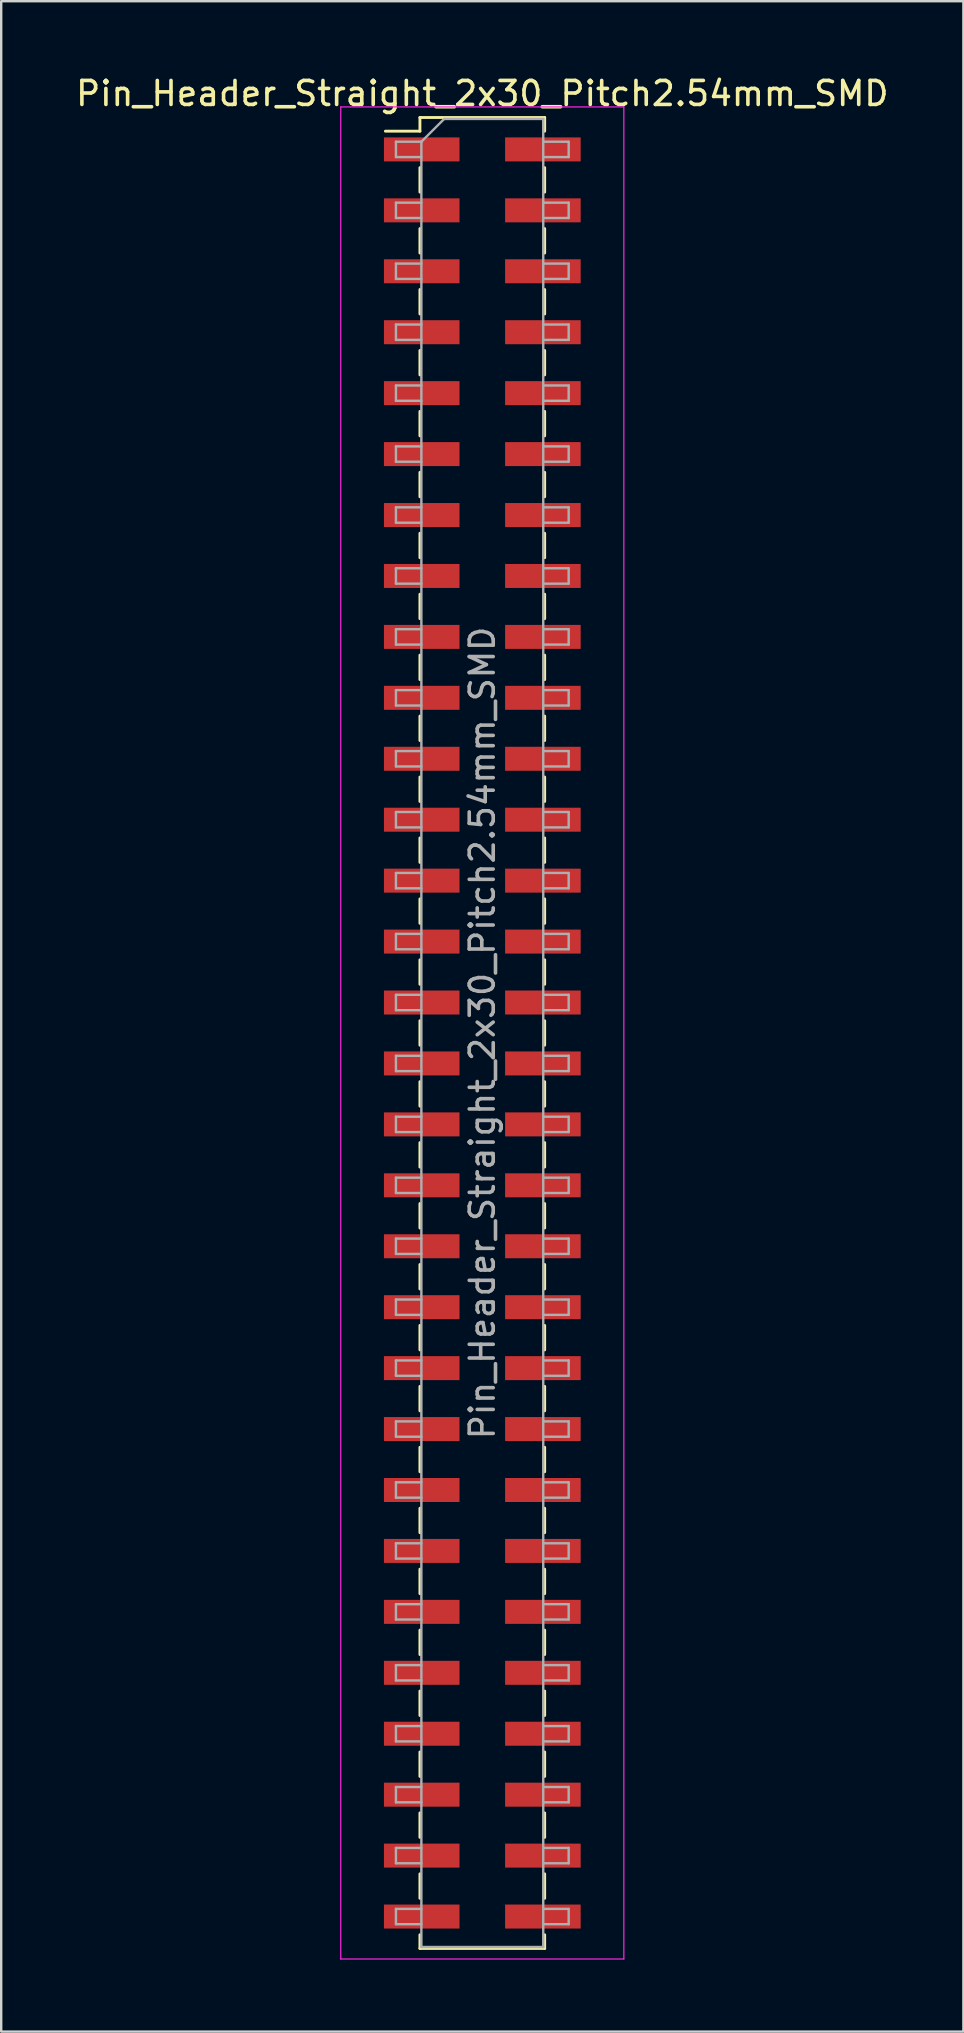
<source format=kicad_pcb>
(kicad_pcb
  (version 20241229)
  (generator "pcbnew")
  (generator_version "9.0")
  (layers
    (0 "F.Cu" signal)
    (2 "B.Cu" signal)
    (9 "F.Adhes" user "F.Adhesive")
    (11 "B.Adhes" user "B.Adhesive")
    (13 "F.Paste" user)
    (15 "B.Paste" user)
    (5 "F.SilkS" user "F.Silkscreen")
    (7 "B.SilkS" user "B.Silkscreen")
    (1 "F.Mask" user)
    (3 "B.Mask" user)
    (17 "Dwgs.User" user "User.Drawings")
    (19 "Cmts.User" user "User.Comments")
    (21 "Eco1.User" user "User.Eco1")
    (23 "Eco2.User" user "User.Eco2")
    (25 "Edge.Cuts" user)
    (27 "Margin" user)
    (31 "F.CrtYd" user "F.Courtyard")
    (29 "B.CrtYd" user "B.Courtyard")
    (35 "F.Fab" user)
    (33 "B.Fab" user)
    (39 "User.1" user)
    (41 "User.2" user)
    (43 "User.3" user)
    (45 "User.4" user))
  (footprint "Pin_Header_Straight_2x30_Pitch2.54mm_SMD"
    (layer "F.Cu")
    (at 17.054 40.008)
    (property "Reference" "Pin_Header_Straight_2x30_Pitch2.54mm_SMD" (at 0 -39.16 0) (layer "F.SilkS") (effects (font (size 1 1) (thickness 0.15))))
    (attr smd)
    (fp_line (start -4.04 -37.59) (end -2.6 -37.59) (stroke (width 0.12) (type solid)) (layer "F.SilkS"))
    (fp_line (start -2.6 -38.16) (end -2.6 -37.59) (stroke (width 0.12) (type solid)) (layer "F.SilkS"))
    (fp_line (start -2.6 -38.16) (end 2.6 -38.16) (stroke (width 0.12) (type solid)) (layer "F.SilkS"))
    (fp_line (start -2.6 -36.07) (end -2.6 -35.05) (stroke (width 0.12) (type solid)) (layer "F.SilkS"))
    (fp_line (start -2.6 -33.53) (end -2.6 -32.51) (stroke (width 0.12) (type solid)) (layer "F.SilkS"))
    (fp_line (start -2.6 -30.99) (end -2.6 -29.97) (stroke (width 0.12) (type solid)) (layer "F.SilkS"))
    (fp_line (start -2.6 -28.45) (end -2.6 -27.43) (stroke (width 0.12) (type solid)) (layer "F.SilkS"))
    (fp_line (start -2.6 -25.91) (end -2.6 -24.89) (stroke (width 0.12) (type solid)) (layer "F.SilkS"))
    (fp_line (start -2.6 -23.37) (end -2.6 -22.35) (stroke (width 0.12) (type solid)) (layer "F.SilkS"))
    (fp_line (start -2.6 -20.83) (end -2.6 -19.81) (stroke (width 0.12) (type solid)) (layer "F.SilkS"))
    (fp_line (start -2.6 -18.29) (end -2.6 -17.27) (stroke (width 0.12) (type solid)) (layer "F.SilkS"))
    (fp_line (start -2.6 -15.75) (end -2.6 -14.73) (stroke (width 0.12) (type solid)) (layer "F.SilkS"))
    (fp_line (start -2.6 -13.21) (end -2.6 -12.19) (stroke (width 0.12) (type solid)) (layer "F.SilkS"))
    (fp_line (start -2.6 -10.67) (end -2.6 -9.65) (stroke (width 0.12) (type solid)) (layer "F.SilkS"))
    (fp_line (start -2.6 -8.13) (end -2.6 -7.11) (stroke (width 0.12) (type solid)) (layer "F.SilkS"))
    (fp_line (start -2.6 -5.59) (end -2.6 -4.57) (stroke (width 0.12) (type solid)) (layer "F.SilkS"))
    (fp_line (start -2.6 -3.05) (end -2.6 -2.03) (stroke (width 0.12) (type solid)) (layer "F.SilkS"))
    (fp_line (start -2.6 -0.51) (end -2.6 0.51) (stroke (width 0.12) (type solid)) (layer "F.SilkS"))
    (fp_line (start -2.6 2.03) (end -2.6 3.05) (stroke (width 0.12) (type solid)) (layer "F.SilkS"))
    (fp_line (start -2.6 4.57) (end -2.6 5.59) (stroke (width 0.12) (type solid)) (layer "F.SilkS"))
    (fp_line (start -2.6 7.11) (end -2.6 8.13) (stroke (width 0.12) (type solid)) (layer "F.SilkS"))
    (fp_line (start -2.6 9.65) (end -2.6 10.67) (stroke (width 0.12) (type solid)) (layer "F.SilkS"))
    (fp_line (start -2.6 12.19) (end -2.6 13.21) (stroke (width 0.12) (type solid)) (layer "F.SilkS"))
    (fp_line (start -2.6 14.73) (end -2.6 15.75) (stroke (width 0.12) (type solid)) (layer "F.SilkS"))
    (fp_line (start -2.6 17.27) (end -2.6 18.29) (stroke (width 0.12) (type solid)) (layer "F.SilkS"))
    (fp_line (start -2.6 19.81) (end -2.6 20.83) (stroke (width 0.12) (type solid)) (layer "F.SilkS"))
    (fp_line (start -2.6 22.35) (end -2.6 23.37) (stroke (width 0.12) (type solid)) (layer "F.SilkS"))
    (fp_line (start -2.6 24.89) (end -2.6 25.91) (stroke (width 0.12) (type solid)) (layer "F.SilkS"))
    (fp_line (start -2.6 27.43) (end -2.6 28.45) (stroke (width 0.12) (type solid)) (layer "F.SilkS"))
    (fp_line (start -2.6 29.97) (end -2.6 30.99) (stroke (width 0.12) (type solid)) (layer "F.SilkS"))
    (fp_line (start -2.6 32.51) (end -2.6 33.53) (stroke (width 0.12) (type solid)) (layer "F.SilkS"))
    (fp_line (start -2.6 35.05) (end -2.6 36.07) (stroke (width 0.12) (type solid)) (layer "F.SilkS"))
    (fp_line (start -2.6 37.59) (end -2.6 38.16) (stroke (width 0.12) (type solid)) (layer "F.SilkS"))
    (fp_line (start -2.6 38.16) (end 2.6 38.16) (stroke (width 0.12) (type solid)) (layer "F.SilkS"))
    (fp_line (start 2.6 -38.16) (end 2.6 -37.59) (stroke (width 0.12) (type solid)) (layer "F.SilkS"))
    (fp_line (start 2.6 -36.07) (end 2.6 -35.05) (stroke (width 0.12) (type solid)) (layer "F.SilkS"))
    (fp_line (start 2.6 -33.53) (end 2.6 -32.51) (stroke (width 0.12) (type solid)) (layer "F.SilkS"))
    (fp_line (start 2.6 -30.99) (end 2.6 -29.97) (stroke (width 0.12) (type solid)) (layer "F.SilkS"))
    (fp_line (start 2.6 -28.45) (end 2.6 -27.43) (stroke (width 0.12) (type solid)) (layer "F.SilkS"))
    (fp_line (start 2.6 -25.91) (end 2.6 -24.89) (stroke (width 0.12) (type solid)) (layer "F.SilkS"))
    (fp_line (start 2.6 -23.37) (end 2.6 -22.35) (stroke (width 0.12) (type solid)) (layer "F.SilkS"))
    (fp_line (start 2.6 -20.83) (end 2.6 -19.81) (stroke (width 0.12) (type solid)) (layer "F.SilkS"))
    (fp_line (start 2.6 -18.29) (end 2.6 -17.27) (stroke (width 0.12) (type solid)) (layer "F.SilkS"))
    (fp_line (start 2.6 -15.75) (end 2.6 -14.73) (stroke (width 0.12) (type solid)) (layer "F.SilkS"))
    (fp_line (start 2.6 -13.21) (end 2.6 -12.19) (stroke (width 0.12) (type solid)) (layer "F.SilkS"))
    (fp_line (start 2.6 -10.67) (end 2.6 -9.65) (stroke (width 0.12) (type solid)) (layer "F.SilkS"))
    (fp_line (start 2.6 -8.13) (end 2.6 -7.11) (stroke (width 0.12) (type solid)) (layer "F.SilkS"))
    (fp_line (start 2.6 -5.59) (end 2.6 -4.57) (stroke (width 0.12) (type solid)) (layer "F.SilkS"))
    (fp_line (start 2.6 -3.05) (end 2.6 -2.03) (stroke (width 0.12) (type solid)) (layer "F.SilkS"))
    (fp_line (start 2.6 -0.51) (end 2.6 0.51) (stroke (width 0.12) (type solid)) (layer "F.SilkS"))
    (fp_line (start 2.6 2.03) (end 2.6 3.05) (stroke (width 0.12) (type solid)) (layer "F.SilkS"))
    (fp_line (start 2.6 4.57) (end 2.6 5.59) (stroke (width 0.12) (type solid)) (layer "F.SilkS"))
    (fp_line (start 2.6 7.11) (end 2.6 8.13) (stroke (width 0.12) (type solid)) (layer "F.SilkS"))
    (fp_line (start 2.6 9.65) (end 2.6 10.67) (stroke (width 0.12) (type solid)) (layer "F.SilkS"))
    (fp_line (start 2.6 12.19) (end 2.6 13.21) (stroke (width 0.12) (type solid)) (layer "F.SilkS"))
    (fp_line (start 2.6 14.73) (end 2.6 15.75) (stroke (width 0.12) (type solid)) (layer "F.SilkS"))
    (fp_line (start 2.6 17.27) (end 2.6 18.29) (stroke (width 0.12) (type solid)) (layer "F.SilkS"))
    (fp_line (start 2.6 19.81) (end 2.6 20.83) (stroke (width 0.12) (type solid)) (layer "F.SilkS"))
    (fp_line (start 2.6 22.35) (end 2.6 23.37) (stroke (width 0.12) (type solid)) (layer "F.SilkS"))
    (fp_line (start 2.6 24.89) (end 2.6 25.91) (stroke (width 0.12) (type solid)) (layer "F.SilkS"))
    (fp_line (start 2.6 27.43) (end 2.6 28.45) (stroke (width 0.12) (type solid)) (layer "F.SilkS"))
    (fp_line (start 2.6 29.97) (end 2.6 30.99) (stroke (width 0.12) (type solid)) (layer "F.SilkS"))
    (fp_line (start 2.6 32.51) (end 2.6 33.53) (stroke (width 0.12) (type solid)) (layer "F.SilkS"))
    (fp_line (start 2.6 35.05) (end 2.6 36.07) (stroke (width 0.12) (type solid)) (layer "F.SilkS"))
    (fp_line (start 2.6 37.59) (end 2.6 38.16) (stroke (width 0.12) (type solid)) (layer "F.SilkS"))
    (fp_line (start -5.9 -38.6) (end -5.9 38.6) (stroke (width 0.05) (type solid)) (layer "F.CrtYd"))
    (fp_line (start -5.9 38.6) (end 5.9 38.6) (stroke (width 0.05) (type solid)) (layer "F.CrtYd"))
    (fp_line (start 5.9 -38.6) (end -5.9 -38.6) (stroke (width 0.05) (type solid)) (layer "F.CrtYd"))
    (fp_line (start 5.9 38.6) (end 5.9 -38.6) (stroke (width 0.05) (type solid)) (layer "F.CrtYd"))
    (fp_line (start -3.6 -37.15) (end -3.6 -36.51) (stroke (width 0.1) (type solid)) (layer "F.Fab"))
    (fp_line (start -3.6 -36.51) (end -2.54 -36.51) (stroke (width 0.1) (type solid)) (layer "F.Fab"))
    (fp_line (start -3.6 -34.61) (end -3.6 -33.97) (stroke (width 0.1) (type solid)) (layer "F.Fab"))
    (fp_line (start -3.6 -33.97) (end -2.54 -33.97) (stroke (width 0.1) (type solid)) (layer "F.Fab"))
    (fp_line (start -3.6 -32.07) (end -3.6 -31.43) (stroke (width 0.1) (type solid)) (layer "F.Fab"))
    (fp_line (start -3.6 -31.43) (end -2.54 -31.43) (stroke (width 0.1) (type solid)) (layer "F.Fab"))
    (fp_line (start -3.6 -29.53) (end -3.6 -28.89) (stroke (width 0.1) (type solid)) (layer "F.Fab"))
    (fp_line (start -3.6 -28.89) (end -2.54 -28.89) (stroke (width 0.1) (type solid)) (layer "F.Fab"))
    (fp_line (start -3.6 -26.99) (end -3.6 -26.35) (stroke (width 0.1) (type solid)) (layer "F.Fab"))
    (fp_line (start -3.6 -26.35) (end -2.54 -26.35) (stroke (width 0.1) (type solid)) (layer "F.Fab"))
    (fp_line (start -3.6 -24.45) (end -3.6 -23.81) (stroke (width 0.1) (type solid)) (layer "F.Fab"))
    (fp_line (start -3.6 -23.81) (end -2.54 -23.81) (stroke (width 0.1) (type solid)) (layer "F.Fab"))
    (fp_line (start -3.6 -21.91) (end -3.6 -21.27) (stroke (width 0.1) (type solid)) (layer "F.Fab"))
    (fp_line (start -3.6 -21.27) (end -2.54 -21.27) (stroke (width 0.1) (type solid)) (layer "F.Fab"))
    (fp_line (start -3.6 -19.37) (end -3.6 -18.73) (stroke (width 0.1) (type solid)) (layer "F.Fab"))
    (fp_line (start -3.6 -18.73) (end -2.54 -18.73) (stroke (width 0.1) (type solid)) (layer "F.Fab"))
    (fp_line (start -3.6 -16.83) (end -3.6 -16.19) (stroke (width 0.1) (type solid)) (layer "F.Fab"))
    (fp_line (start -3.6 -16.19) (end -2.54 -16.19) (stroke (width 0.1) (type solid)) (layer "F.Fab"))
    (fp_line (start -3.6 -14.29) (end -3.6 -13.65) (stroke (width 0.1) (type solid)) (layer "F.Fab"))
    (fp_line (start -3.6 -13.65) (end -2.54 -13.65) (stroke (width 0.1) (type solid)) (layer "F.Fab"))
    (fp_line (start -3.6 -11.75) (end -3.6 -11.11) (stroke (width 0.1) (type solid)) (layer "F.Fab"))
    (fp_line (start -3.6 -11.11) (end -2.54 -11.11) (stroke (width 0.1) (type solid)) (layer "F.Fab"))
    (fp_line (start -3.6 -9.21) (end -3.6 -8.57) (stroke (width 0.1) (type solid)) (layer "F.Fab"))
    (fp_line (start -3.6 -8.57) (end -2.54 -8.57) (stroke (width 0.1) (type solid)) (layer "F.Fab"))
    (fp_line (start -3.6 -6.67) (end -3.6 -6.03) (stroke (width 0.1) (type solid)) (layer "F.Fab"))
    (fp_line (start -3.6 -6.03) (end -2.54 -6.03) (stroke (width 0.1) (type solid)) (layer "F.Fab"))
    (fp_line (start -3.6 -4.13) (end -3.6 -3.49) (stroke (width 0.1) (type solid)) (layer "F.Fab"))
    (fp_line (start -3.6 -3.49) (end -2.54 -3.49) (stroke (width 0.1) (type solid)) (layer "F.Fab"))
    (fp_line (start -3.6 -1.59) (end -3.6 -0.95) (stroke (width 0.1) (type solid)) (layer "F.Fab"))
    (fp_line (start -3.6 -0.95) (end -2.54 -0.95) (stroke (width 0.1) (type solid)) (layer "F.Fab"))
    (fp_line (start -3.6 0.95) (end -3.6 1.59) (stroke (width 0.1) (type solid)) (layer "F.Fab"))
    (fp_line (start -3.6 1.59) (end -2.54 1.59) (stroke (width 0.1) (type solid)) (layer "F.Fab"))
    (fp_line (start -3.6 3.49) (end -3.6 4.13) (stroke (width 0.1) (type solid)) (layer "F.Fab"))
    (fp_line (start -3.6 4.13) (end -2.54 4.13) (stroke (width 0.1) (type solid)) (layer "F.Fab"))
    (fp_line (start -3.6 6.03) (end -3.6 6.67) (stroke (width 0.1) (type solid)) (layer "F.Fab"))
    (fp_line (start -3.6 6.67) (end -2.54 6.67) (stroke (width 0.1) (type solid)) (layer "F.Fab"))
    (fp_line (start -3.6 8.57) (end -3.6 9.21) (stroke (width 0.1) (type solid)) (layer "F.Fab"))
    (fp_line (start -3.6 9.21) (end -2.54 9.21) (stroke (width 0.1) (type solid)) (layer "F.Fab"))
    (fp_line (start -3.6 11.11) (end -3.6 11.75) (stroke (width 0.1) (type solid)) (layer "F.Fab"))
    (fp_line (start -3.6 11.75) (end -2.54 11.75) (stroke (width 0.1) (type solid)) (layer "F.Fab"))
    (fp_line (start -3.6 13.65) (end -3.6 14.29) (stroke (width 0.1) (type solid)) (layer "F.Fab"))
    (fp_line (start -3.6 14.29) (end -2.54 14.29) (stroke (width 0.1) (type solid)) (layer "F.Fab"))
    (fp_line (start -3.6 16.19) (end -3.6 16.83) (stroke (width 0.1) (type solid)) (layer "F.Fab"))
    (fp_line (start -3.6 16.83) (end -2.54 16.83) (stroke (width 0.1) (type solid)) (layer "F.Fab"))
    (fp_line (start -3.6 18.73) (end -3.6 19.37) (stroke (width 0.1) (type solid)) (layer "F.Fab"))
    (fp_line (start -3.6 19.37) (end -2.54 19.37) (stroke (width 0.1) (type solid)) (layer "F.Fab"))
    (fp_line (start -3.6 21.27) (end -3.6 21.91) (stroke (width 0.1) (type solid)) (layer "F.Fab"))
    (fp_line (start -3.6 21.91) (end -2.54 21.91) (stroke (width 0.1) (type solid)) (layer "F.Fab"))
    (fp_line (start -3.6 23.81) (end -3.6 24.45) (stroke (width 0.1) (type solid)) (layer "F.Fab"))
    (fp_line (start -3.6 24.45) (end -2.54 24.45) (stroke (width 0.1) (type solid)) (layer "F.Fab"))
    (fp_line (start -3.6 26.35) (end -3.6 26.99) (stroke (width 0.1) (type solid)) (layer "F.Fab"))
    (fp_line (start -3.6 26.99) (end -2.54 26.99) (stroke (width 0.1) (type solid)) (layer "F.Fab"))
    (fp_line (start -3.6 28.89) (end -3.6 29.53) (stroke (width 0.1) (type solid)) (layer "F.Fab"))
    (fp_line (start -3.6 29.53) (end -2.54 29.53) (stroke (width 0.1) (type solid)) (layer "F.Fab"))
    (fp_line (start -3.6 31.43) (end -3.6 32.07) (stroke (width 0.1) (type solid)) (layer "F.Fab"))
    (fp_line (start -3.6 32.07) (end -2.54 32.07) (stroke (width 0.1) (type solid)) (layer "F.Fab"))
    (fp_line (start -3.6 33.97) (end -3.6 34.61) (stroke (width 0.1) (type solid)) (layer "F.Fab"))
    (fp_line (start -3.6 34.61) (end -2.54 34.61) (stroke (width 0.1) (type solid)) (layer "F.Fab"))
    (fp_line (start -3.6 36.51) (end -3.6 37.15) (stroke (width 0.1) (type solid)) (layer "F.Fab"))
    (fp_line (start -3.6 37.15) (end -2.54 37.15) (stroke (width 0.1) (type solid)) (layer "F.Fab"))
    (fp_line (start -2.54 -37.15) (end -3.6 -37.15) (stroke (width 0.1) (type solid)) (layer "F.Fab"))
    (fp_line (start -2.54 -37.15) (end -1.59 -38.1) (stroke (width 0.1) (type solid)) (layer "F.Fab"))
    (fp_line (start -2.54 -34.61) (end -3.6 -34.61) (stroke (width 0.1) (type solid)) (layer "F.Fab"))
    (fp_line (start -2.54 -32.07) (end -3.6 -32.07) (stroke (width 0.1) (type solid)) (layer "F.Fab"))
    (fp_line (start -2.54 -29.53) (end -3.6 -29.53) (stroke (width 0.1) (type solid)) (layer "F.Fab"))
    (fp_line (start -2.54 -26.99) (end -3.6 -26.99) (stroke (width 0.1) (type solid)) (layer "F.Fab"))
    (fp_line (start -2.54 -24.45) (end -3.6 -24.45) (stroke (width 0.1) (type solid)) (layer "F.Fab"))
    (fp_line (start -2.54 -21.91) (end -3.6 -21.91) (stroke (width 0.1) (type solid)) (layer "F.Fab"))
    (fp_line (start -2.54 -19.37) (end -3.6 -19.37) (stroke (width 0.1) (type solid)) (layer "F.Fab"))
    (fp_line (start -2.54 -16.83) (end -3.6 -16.83) (stroke (width 0.1) (type solid)) (layer "F.Fab"))
    (fp_line (start -2.54 -14.29) (end -3.6 -14.29) (stroke (width 0.1) (type solid)) (layer "F.Fab"))
    (fp_line (start -2.54 -11.75) (end -3.6 -11.75) (stroke (width 0.1) (type solid)) (layer "F.Fab"))
    (fp_line (start -2.54 -9.21) (end -3.6 -9.21) (stroke (width 0.1) (type solid)) (layer "F.Fab"))
    (fp_line (start -2.54 -6.67) (end -3.6 -6.67) (stroke (width 0.1) (type solid)) (layer "F.Fab"))
    (fp_line (start -2.54 -4.13) (end -3.6 -4.13) (stroke (width 0.1) (type solid)) (layer "F.Fab"))
    (fp_line (start -2.54 -1.59) (end -3.6 -1.59) (stroke (width 0.1) (type solid)) (layer "F.Fab"))
    (fp_line (start -2.54 0.95) (end -3.6 0.95) (stroke (width 0.1) (type solid)) (layer "F.Fab"))
    (fp_line (start -2.54 3.49) (end -3.6 3.49) (stroke (width 0.1) (type solid)) (layer "F.Fab"))
    (fp_line (start -2.54 6.03) (end -3.6 6.03) (stroke (width 0.1) (type solid)) (layer "F.Fab"))
    (fp_line (start -2.54 8.57) (end -3.6 8.57) (stroke (width 0.1) (type solid)) (layer "F.Fab"))
    (fp_line (start -2.54 11.11) (end -3.6 11.11) (stroke (width 0.1) (type solid)) (layer "F.Fab"))
    (fp_line (start -2.54 13.65) (end -3.6 13.65) (stroke (width 0.1) (type solid)) (layer "F.Fab"))
    (fp_line (start -2.54 16.19) (end -3.6 16.19) (stroke (width 0.1) (type solid)) (layer "F.Fab"))
    (fp_line (start -2.54 18.73) (end -3.6 18.73) (stroke (width 0.1) (type solid)) (layer "F.Fab"))
    (fp_line (start -2.54 21.27) (end -3.6 21.27) (stroke (width 0.1) (type solid)) (layer "F.Fab"))
    (fp_line (start -2.54 23.81) (end -3.6 23.81) (stroke (width 0.1) (type solid)) (layer "F.Fab"))
    (fp_line (start -2.54 26.35) (end -3.6 26.35) (stroke (width 0.1) (type solid)) (layer "F.Fab"))
    (fp_line (start -2.54 28.89) (end -3.6 28.89) (stroke (width 0.1) (type solid)) (layer "F.Fab"))
    (fp_line (start -2.54 31.43) (end -3.6 31.43) (stroke (width 0.1) (type solid)) (layer "F.Fab"))
    (fp_line (start -2.54 33.97) (end -3.6 33.97) (stroke (width 0.1) (type solid)) (layer "F.Fab"))
    (fp_line (start -2.54 36.51) (end -3.6 36.51) (stroke (width 0.1) (type solid)) (layer "F.Fab"))
    (fp_line (start -2.54 38.1) (end -2.54 -37.15) (stroke (width 0.1) (type solid)) (layer "F.Fab"))
    (fp_line (start -1.59 -38.1) (end 2.54 -38.1) (stroke (width 0.1) (type solid)) (layer "F.Fab"))
    (fp_line (start 2.54 -38.1) (end 2.54 38.1) (stroke (width 0.1) (type solid)) (layer "F.Fab"))
    (fp_line (start 2.54 -37.15) (end 3.6 -37.15) (stroke (width 0.1) (type solid)) (layer "F.Fab"))
    (fp_line (start 2.54 -34.61) (end 3.6 -34.61) (stroke (width 0.1) (type solid)) (layer "F.Fab"))
    (fp_line (start 2.54 -32.07) (end 3.6 -32.07) (stroke (width 0.1) (type solid)) (layer "F.Fab"))
    (fp_line (start 2.54 -29.53) (end 3.6 -29.53) (stroke (width 0.1) (type solid)) (layer "F.Fab"))
    (fp_line (start 2.54 -26.99) (end 3.6 -26.99) (stroke (width 0.1) (type solid)) (layer "F.Fab"))
    (fp_line (start 2.54 -24.45) (end 3.6 -24.45) (stroke (width 0.1) (type solid)) (layer "F.Fab"))
    (fp_line (start 2.54 -21.91) (end 3.6 -21.91) (stroke (width 0.1) (type solid)) (layer "F.Fab"))
    (fp_line (start 2.54 -19.37) (end 3.6 -19.37) (stroke (width 0.1) (type solid)) (layer "F.Fab"))
    (fp_line (start 2.54 -16.83) (end 3.6 -16.83) (stroke (width 0.1) (type solid)) (layer "F.Fab"))
    (fp_line (start 2.54 -14.29) (end 3.6 -14.29) (stroke (width 0.1) (type solid)) (layer "F.Fab"))
    (fp_line (start 2.54 -11.75) (end 3.6 -11.75) (stroke (width 0.1) (type solid)) (layer "F.Fab"))
    (fp_line (start 2.54 -9.21) (end 3.6 -9.21) (stroke (width 0.1) (type solid)) (layer "F.Fab"))
    (fp_line (start 2.54 -6.67) (end 3.6 -6.67) (stroke (width 0.1) (type solid)) (layer "F.Fab"))
    (fp_line (start 2.54 -4.13) (end 3.6 -4.13) (stroke (width 0.1) (type solid)) (layer "F.Fab"))
    (fp_line (start 2.54 -1.59) (end 3.6 -1.59) (stroke (width 0.1) (type solid)) (layer "F.Fab"))
    (fp_line (start 2.54 0.95) (end 3.6 0.95) (stroke (width 0.1) (type solid)) (layer "F.Fab"))
    (fp_line (start 2.54 3.49) (end 3.6 3.49) (stroke (width 0.1) (type solid)) (layer "F.Fab"))
    (fp_line (start 2.54 6.03) (end 3.6 6.03) (stroke (width 0.1) (type solid)) (layer "F.Fab"))
    (fp_line (start 2.54 8.57) (end 3.6 8.57) (stroke (width 0.1) (type solid)) (layer "F.Fab"))
    (fp_line (start 2.54 11.11) (end 3.6 11.11) (stroke (width 0.1) (type solid)) (layer "F.Fab"))
    (fp_line (start 2.54 13.65) (end 3.6 13.65) (stroke (width 0.1) (type solid)) (layer "F.Fab"))
    (fp_line (start 2.54 16.19) (end 3.6 16.19) (stroke (width 0.1) (type solid)) (layer "F.Fab"))
    (fp_line (start 2.54 18.73) (end 3.6 18.73) (stroke (width 0.1) (type solid)) (layer "F.Fab"))
    (fp_line (start 2.54 21.27) (end 3.6 21.27) (stroke (width 0.1) (type solid)) (layer "F.Fab"))
    (fp_line (start 2.54 23.81) (end 3.6 23.81) (stroke (width 0.1) (type solid)) (layer "F.Fab"))
    (fp_line (start 2.54 26.35) (end 3.6 26.35) (stroke (width 0.1) (type solid)) (layer "F.Fab"))
    (fp_line (start 2.54 28.89) (end 3.6 28.89) (stroke (width 0.1) (type solid)) (layer "F.Fab"))
    (fp_line (start 2.54 31.43) (end 3.6 31.43) (stroke (width 0.1) (type solid)) (layer "F.Fab"))
    (fp_line (start 2.54 33.97) (end 3.6 33.97) (stroke (width 0.1) (type solid)) (layer "F.Fab"))
    (fp_line (start 2.54 36.51) (end 3.6 36.51) (stroke (width 0.1) (type solid)) (layer "F.Fab"))
    (fp_line (start 2.54 38.1) (end -2.54 38.1) (stroke (width 0.1) (type solid)) (layer "F.Fab"))
    (fp_line (start 3.6 -37.15) (end 3.6 -36.51) (stroke (width 0.1) (type solid)) (layer "F.Fab"))
    (fp_line (start 3.6 -36.51) (end 2.54 -36.51) (stroke (width 0.1) (type solid)) (layer "F.Fab"))
    (fp_line (start 3.6 -34.61) (end 3.6 -33.97) (stroke (width 0.1) (type solid)) (layer "F.Fab"))
    (fp_line (start 3.6 -33.97) (end 2.54 -33.97) (stroke (width 0.1) (type solid)) (layer "F.Fab"))
    (fp_line (start 3.6 -32.07) (end 3.6 -31.43) (stroke (width 0.1) (type solid)) (layer "F.Fab"))
    (fp_line (start 3.6 -31.43) (end 2.54 -31.43) (stroke (width 0.1) (type solid)) (layer "F.Fab"))
    (fp_line (start 3.6 -29.53) (end 3.6 -28.89) (stroke (width 0.1) (type solid)) (layer "F.Fab"))
    (fp_line (start 3.6 -28.89) (end 2.54 -28.89) (stroke (width 0.1) (type solid)) (layer "F.Fab"))
    (fp_line (start 3.6 -26.99) (end 3.6 -26.35) (stroke (width 0.1) (type solid)) (layer "F.Fab"))
    (fp_line (start 3.6 -26.35) (end 2.54 -26.35) (stroke (width 0.1) (type solid)) (layer "F.Fab"))
    (fp_line (start 3.6 -24.45) (end 3.6 -23.81) (stroke (width 0.1) (type solid)) (layer "F.Fab"))
    (fp_line (start 3.6 -23.81) (end 2.54 -23.81) (stroke (width 0.1) (type solid)) (layer "F.Fab"))
    (fp_line (start 3.6 -21.91) (end 3.6 -21.27) (stroke (width 0.1) (type solid)) (layer "F.Fab"))
    (fp_line (start 3.6 -21.27) (end 2.54 -21.27) (stroke (width 0.1) (type solid)) (layer "F.Fab"))
    (fp_line (start 3.6 -19.37) (end 3.6 -18.73) (stroke (width 0.1) (type solid)) (layer "F.Fab"))
    (fp_line (start 3.6 -18.73) (end 2.54 -18.73) (stroke (width 0.1) (type solid)) (layer "F.Fab"))
    (fp_line (start 3.6 -16.83) (end 3.6 -16.19) (stroke (width 0.1) (type solid)) (layer "F.Fab"))
    (fp_line (start 3.6 -16.19) (end 2.54 -16.19) (stroke (width 0.1) (type solid)) (layer "F.Fab"))
    (fp_line (start 3.6 -14.29) (end 3.6 -13.65) (stroke (width 0.1) (type solid)) (layer "F.Fab"))
    (fp_line (start 3.6 -13.65) (end 2.54 -13.65) (stroke (width 0.1) (type solid)) (layer "F.Fab"))
    (fp_line (start 3.6 -11.75) (end 3.6 -11.11) (stroke (width 0.1) (type solid)) (layer "F.Fab"))
    (fp_line (start 3.6 -11.11) (end 2.54 -11.11) (stroke (width 0.1) (type solid)) (layer "F.Fab"))
    (fp_line (start 3.6 -9.21) (end 3.6 -8.57) (stroke (width 0.1) (type solid)) (layer "F.Fab"))
    (fp_line (start 3.6 -8.57) (end 2.54 -8.57) (stroke (width 0.1) (type solid)) (layer "F.Fab"))
    (fp_line (start 3.6 -6.67) (end 3.6 -6.03) (stroke (width 0.1) (type solid)) (layer "F.Fab"))
    (fp_line (start 3.6 -6.03) (end 2.54 -6.03) (stroke (width 0.1) (type solid)) (layer "F.Fab"))
    (fp_line (start 3.6 -4.13) (end 3.6 -3.49) (stroke (width 0.1) (type solid)) (layer "F.Fab"))
    (fp_line (start 3.6 -3.49) (end 2.54 -3.49) (stroke (width 0.1) (type solid)) (layer "F.Fab"))
    (fp_line (start 3.6 -1.59) (end 3.6 -0.95) (stroke (width 0.1) (type solid)) (layer "F.Fab"))
    (fp_line (start 3.6 -0.95) (end 2.54 -0.95) (stroke (width 0.1) (type solid)) (layer "F.Fab"))
    (fp_line (start 3.6 0.95) (end 3.6 1.59) (stroke (width 0.1) (type solid)) (layer "F.Fab"))
    (fp_line (start 3.6 1.59) (end 2.54 1.59) (stroke (width 0.1) (type solid)) (layer "F.Fab"))
    (fp_line (start 3.6 3.49) (end 3.6 4.13) (stroke (width 0.1) (type solid)) (layer "F.Fab"))
    (fp_line (start 3.6 4.13) (end 2.54 4.13) (stroke (width 0.1) (type solid)) (layer "F.Fab"))
    (fp_line (start 3.6 6.03) (end 3.6 6.67) (stroke (width 0.1) (type solid)) (layer "F.Fab"))
    (fp_line (start 3.6 6.67) (end 2.54 6.67) (stroke (width 0.1) (type solid)) (layer "F.Fab"))
    (fp_line (start 3.6 8.57) (end 3.6 9.21) (stroke (width 0.1) (type solid)) (layer "F.Fab"))
    (fp_line (start 3.6 9.21) (end 2.54 9.21) (stroke (width 0.1) (type solid)) (layer "F.Fab"))
    (fp_line (start 3.6 11.11) (end 3.6 11.75) (stroke (width 0.1) (type solid)) (layer "F.Fab"))
    (fp_line (start 3.6 11.75) (end 2.54 11.75) (stroke (width 0.1) (type solid)) (layer "F.Fab"))
    (fp_line (start 3.6 13.65) (end 3.6 14.29) (stroke (width 0.1) (type solid)) (layer "F.Fab"))
    (fp_line (start 3.6 14.29) (end 2.54 14.29) (stroke (width 0.1) (type solid)) (layer "F.Fab"))
    (fp_line (start 3.6 16.19) (end 3.6 16.83) (stroke (width 0.1) (type solid)) (layer "F.Fab"))
    (fp_line (start 3.6 16.83) (end 2.54 16.83) (stroke (width 0.1) (type solid)) (layer "F.Fab"))
    (fp_line (start 3.6 18.73) (end 3.6 19.37) (stroke (width 0.1) (type solid)) (layer "F.Fab"))
    (fp_line (start 3.6 19.37) (end 2.54 19.37) (stroke (width 0.1) (type solid)) (layer "F.Fab"))
    (fp_line (start 3.6 21.27) (end 3.6 21.91) (stroke (width 0.1) (type solid)) (layer "F.Fab"))
    (fp_line (start 3.6 21.91) (end 2.54 21.91) (stroke (width 0.1) (type solid)) (layer "F.Fab"))
    (fp_line (start 3.6 23.81) (end 3.6 24.45) (stroke (width 0.1) (type solid)) (layer "F.Fab"))
    (fp_line (start 3.6 24.45) (end 2.54 24.45) (stroke (width 0.1) (type solid)) (layer "F.Fab"))
    (fp_line (start 3.6 26.35) (end 3.6 26.99) (stroke (width 0.1) (type solid)) (layer "F.Fab"))
    (fp_line (start 3.6 26.99) (end 2.54 26.99) (stroke (width 0.1) (type solid)) (layer "F.Fab"))
    (fp_line (start 3.6 28.89) (end 3.6 29.53) (stroke (width 0.1) (type solid)) (layer "F.Fab"))
    (fp_line (start 3.6 29.53) (end 2.54 29.53) (stroke (width 0.1) (type solid)) (layer "F.Fab"))
    (fp_line (start 3.6 31.43) (end 3.6 32.07) (stroke (width 0.1) (type solid)) (layer "F.Fab"))
    (fp_line (start 3.6 32.07) (end 2.54 32.07) (stroke (width 0.1) (type solid)) (layer "F.Fab"))
    (fp_line (start 3.6 33.97) (end 3.6 34.61) (stroke (width 0.1) (type solid)) (layer "F.Fab"))
    (fp_line (start 3.6 34.61) (end 2.54 34.61) (stroke (width 0.1) (type solid)) (layer "F.Fab"))
    (fp_line (start 3.6 36.51) (end 3.6 37.15) (stroke (width 0.1) (type solid)) (layer "F.Fab"))
    (fp_line (start 3.6 37.15) (end 2.54 37.15) (stroke (width 0.1) (type solid)) (layer "F.Fab"))
    (fp_text user "${REFERENCE}" (at 0 0 90) (layer "F.Fab") (effects (font (size 1 1) (thickness 0.15))))
    (pad "1" smd rect (at -2.525 -36.83) (size 3.15 1) (layers "F.Cu" "F.Mask" "F.Paste"))
    (pad "2" smd rect (at 2.525 -36.83) (size 3.15 1) (layers "F.Cu" "F.Mask" "F.Paste"))
    (pad "3" smd rect (at -2.525 -34.29) (size 3.15 1) (layers "F.Cu" "F.Mask" "F.Paste"))
    (pad "4" smd rect (at 2.525 -34.29) (size 3.15 1) (layers "F.Cu" "F.Mask" "F.Paste"))
    (pad "5" smd rect (at -2.525 -31.75) (size 3.15 1) (layers "F.Cu" "F.Mask" "F.Paste"))
    (pad "6" smd rect (at 2.525 -31.75) (size 3.15 1) (layers "F.Cu" "F.Mask" "F.Paste"))
    (pad "7" smd rect (at -2.525 -29.21) (size 3.15 1) (layers "F.Cu" "F.Mask" "F.Paste"))
    (pad "8" smd rect (at 2.525 -29.21) (size 3.15 1) (layers "F.Cu" "F.Mask" "F.Paste"))
    (pad "9" smd rect (at -2.525 -26.67) (size 3.15 1) (layers "F.Cu" "F.Mask" "F.Paste"))
    (pad "10" smd rect (at 2.525 -26.67) (size 3.15 1) (layers "F.Cu" "F.Mask" "F.Paste"))
    (pad "11" smd rect (at -2.525 -24.13) (size 3.15 1) (layers "F.Cu" "F.Mask" "F.Paste"))
    (pad "12" smd rect (at 2.525 -24.13) (size 3.15 1) (layers "F.Cu" "F.Mask" "F.Paste"))
    (pad "13" smd rect (at -2.525 -21.59) (size 3.15 1) (layers "F.Cu" "F.Mask" "F.Paste"))
    (pad "14" smd rect (at 2.525 -21.59) (size 3.15 1) (layers "F.Cu" "F.Mask" "F.Paste"))
    (pad "15" smd rect (at -2.525 -19.05) (size 3.15 1) (layers "F.Cu" "F.Mask" "F.Paste"))
    (pad "16" smd rect (at 2.525 -19.05) (size 3.15 1) (layers "F.Cu" "F.Mask" "F.Paste"))
    (pad "17" smd rect (at -2.525 -16.51) (size 3.15 1) (layers "F.Cu" "F.Mask" "F.Paste"))
    (pad "18" smd rect (at 2.525 -16.51) (size 3.15 1) (layers "F.Cu" "F.Mask" "F.Paste"))
    (pad "19" smd rect (at -2.525 -13.97) (size 3.15 1) (layers "F.Cu" "F.Mask" "F.Paste"))
    (pad "20" smd rect (at 2.525 -13.97) (size 3.15 1) (layers "F.Cu" "F.Mask" "F.Paste"))
    (pad "21" smd rect (at -2.525 -11.43) (size 3.15 1) (layers "F.Cu" "F.Mask" "F.Paste"))
    (pad "22" smd rect (at 2.525 -11.43) (size 3.15 1) (layers "F.Cu" "F.Mask" "F.Paste"))
    (pad "23" smd rect (at -2.525 -8.89) (size 3.15 1) (layers "F.Cu" "F.Mask" "F.Paste"))
    (pad "24" smd rect (at 2.525 -8.89) (size 3.15 1) (layers "F.Cu" "F.Mask" "F.Paste"))
    (pad "25" smd rect (at -2.525 -6.35) (size 3.15 1) (layers "F.Cu" "F.Mask" "F.Paste"))
    (pad "26" smd rect (at 2.525 -6.35) (size 3.15 1) (layers "F.Cu" "F.Mask" "F.Paste"))
    (pad "27" smd rect (at -2.525 -3.81) (size 3.15 1) (layers "F.Cu" "F.Mask" "F.Paste"))
    (pad "28" smd rect (at 2.525 -3.81) (size 3.15 1) (layers "F.Cu" "F.Mask" "F.Paste"))
    (pad "29" smd rect (at -2.525 -1.27) (size 3.15 1) (layers "F.Cu" "F.Mask" "F.Paste"))
    (pad "30" smd rect (at 2.525 -1.27) (size 3.15 1) (layers "F.Cu" "F.Mask" "F.Paste"))
    (pad "31" smd rect (at -2.525 1.27) (size 3.15 1) (layers "F.Cu" "F.Mask" "F.Paste"))
    (pad "32" smd rect (at 2.525 1.27) (size 3.15 1) (layers "F.Cu" "F.Mask" "F.Paste"))
    (pad "33" smd rect (at -2.525 3.81) (size 3.15 1) (layers "F.Cu" "F.Mask" "F.Paste"))
    (pad "34" smd rect (at 2.525 3.81) (size 3.15 1) (layers "F.Cu" "F.Mask" "F.Paste"))
    (pad "35" smd rect (at -2.525 6.35) (size 3.15 1) (layers "F.Cu" "F.Mask" "F.Paste"))
    (pad "36" smd rect (at 2.525 6.35) (size 3.15 1) (layers "F.Cu" "F.Mask" "F.Paste"))
    (pad "37" smd rect (at -2.525 8.89) (size 3.15 1) (layers "F.Cu" "F.Mask" "F.Paste"))
    (pad "38" smd rect (at 2.525 8.89) (size 3.15 1) (layers "F.Cu" "F.Mask" "F.Paste"))
    (pad "39" smd rect (at -2.525 11.43) (size 3.15 1) (layers "F.Cu" "F.Mask" "F.Paste"))
    (pad "40" smd rect (at 2.525 11.43) (size 3.15 1) (layers "F.Cu" "F.Mask" "F.Paste"))
    (pad "41" smd rect (at -2.525 13.97) (size 3.15 1) (layers "F.Cu" "F.Mask" "F.Paste"))
    (pad "42" smd rect (at 2.525 13.97) (size 3.15 1) (layers "F.Cu" "F.Mask" "F.Paste"))
    (pad "43" smd rect (at -2.525 16.51) (size 3.15 1) (layers "F.Cu" "F.Mask" "F.Paste"))
    (pad "44" smd rect (at 2.525 16.51) (size 3.15 1) (layers "F.Cu" "F.Mask" "F.Paste"))
    (pad "45" smd rect (at -2.525 19.05) (size 3.15 1) (layers "F.Cu" "F.Mask" "F.Paste"))
    (pad "46" smd rect (at 2.525 19.05) (size 3.15 1) (layers "F.Cu" "F.Mask" "F.Paste"))
    (pad "47" smd rect (at -2.525 21.59) (size 3.15 1) (layers "F.Cu" "F.Mask" "F.Paste"))
    (pad "48" smd rect (at 2.525 21.59) (size 3.15 1) (layers "F.Cu" "F.Mask" "F.Paste"))
    (pad "49" smd rect (at -2.525 24.13) (size 3.15 1) (layers "F.Cu" "F.Mask" "F.Paste"))
    (pad "50" smd rect (at 2.525 24.13) (size 3.15 1) (layers "F.Cu" "F.Mask" "F.Paste"))
    (pad "51" smd rect (at -2.525 26.67) (size 3.15 1) (layers "F.Cu" "F.Mask" "F.Paste"))
    (pad "52" smd rect (at 2.525 26.67) (size 3.15 1) (layers "F.Cu" "F.Mask" "F.Paste"))
    (pad "53" smd rect (at -2.525 29.21) (size 3.15 1) (layers "F.Cu" "F.Mask" "F.Paste"))
    (pad "54" smd rect (at 2.525 29.21) (size 3.15 1) (layers "F.Cu" "F.Mask" "F.Paste"))
    (pad "55" smd rect (at -2.525 31.75) (size 3.15 1) (layers "F.Cu" "F.Mask" "F.Paste"))
    (pad "56" smd rect (at 2.525 31.75) (size 3.15 1) (layers "F.Cu" "F.Mask" "F.Paste"))
    (pad "57" smd rect (at -2.525 34.29) (size 3.15 1) (layers "F.Cu" "F.Mask" "F.Paste"))
    (pad "58" smd rect (at 2.525 34.29) (size 3.15 1) (layers "F.Cu" "F.Mask" "F.Paste"))
    (pad "59" smd rect (at -2.525 36.83) (size 3.15 1) (layers "F.Cu" "F.Mask" "F.Paste"))
    (pad "60" smd rect (at 2.525 36.83) (size 3.15 1) (layers "F.Cu" "F.Mask" "F.Paste")))
  (gr_rect
    (start -3 -3)
    (end 37.107 81.633)
    (stroke (width 0.1) (type default))
    (fill no)
    (layer "Edge.Cuts")))
</source>
